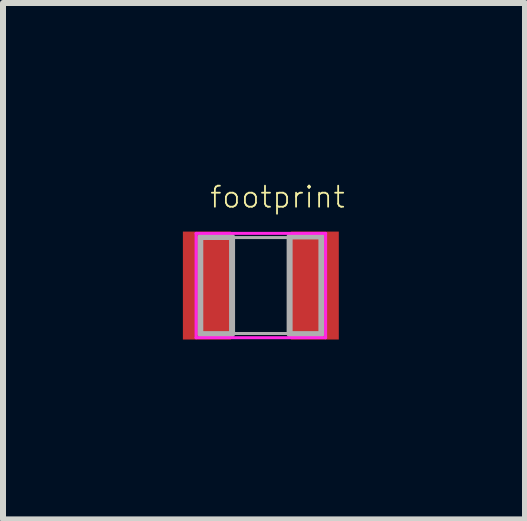
<source format=kicad_pcb>
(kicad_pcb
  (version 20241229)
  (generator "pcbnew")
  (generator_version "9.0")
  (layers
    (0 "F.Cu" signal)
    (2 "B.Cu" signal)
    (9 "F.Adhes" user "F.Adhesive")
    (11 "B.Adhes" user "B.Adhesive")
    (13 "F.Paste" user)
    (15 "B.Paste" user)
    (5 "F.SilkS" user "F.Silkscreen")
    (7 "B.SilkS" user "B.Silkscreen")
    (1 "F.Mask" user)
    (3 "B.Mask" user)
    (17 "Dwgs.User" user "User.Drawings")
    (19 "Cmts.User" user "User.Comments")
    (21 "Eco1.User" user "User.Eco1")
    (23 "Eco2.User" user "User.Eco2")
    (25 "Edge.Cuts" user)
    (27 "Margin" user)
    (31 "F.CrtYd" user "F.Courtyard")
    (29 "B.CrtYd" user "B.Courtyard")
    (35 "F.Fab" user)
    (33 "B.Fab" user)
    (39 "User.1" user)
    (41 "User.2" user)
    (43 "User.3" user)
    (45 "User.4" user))
  (footprint "footprint"
    (layer "F.Cu")
    (at 1.3 1.712)
    (property "Reference" "footprint" (at -0.87 -1.27 0) (layer "F.SilkS") (effects (font (size 0.351 0.351) (thickness 0.03)) (justify left bottom)))
    (fp_line (start -1.08 -0.87) (end -1.08 0.87) (stroke (width 0.05) (type solid)) (layer "F.CrtYd"))
    (fp_line (start -1.08 0.87) (end 1.08 0.87) (stroke (width 0.05) (type solid)) (layer "F.CrtYd"))
    (fp_line (start 1.08 -0.87) (end -1.08 -0.87) (stroke (width 0.05) (type solid)) (layer "F.CrtYd"))
    (fp_line (start 1.08 0.87) (end 1.08 -0.87) (stroke (width 0.05) (type solid)) (layer "F.CrtYd"))
    (fp_line (start -1 -0.8) (end -1 0.8) (stroke (width 0.05) (type solid)) (layer "F.Fab"))
    (fp_line (start -1 0.8) (end 1 0.8) (stroke (width 0.05) (type solid)) (layer "F.Fab"))
    (fp_line (start 1 -0.8) (end -1 -0.8) (stroke (width 0.05) (type solid)) (layer "F.Fab"))
    (fp_line (start 1 0.8) (end 1 -0.8) (stroke (width 0.05) (type solid)) (layer "F.Fab"))
    (fp_poly (pts (xy -1.01 0.81) (xy -0.48 0.81) (xy -0.48 -0.81) (xy -1.01 -0.81)) (stroke (width 0.1) (type solid)) (fill no) (layer "F.Fab"))
    (fp_poly (pts (xy 0.48 0.81) (xy 1.01 0.81) (xy 1.01 -0.82) (xy 0.48 -0.82)) (stroke (width 0.1) (type solid)) (fill no) (layer "F.Fab"))
    (pad "1" smd rect (at -0.9 0 90) (size 1.8 0.8) (layers "F.Cu" "F.Mask" "F.Paste"))
    (pad "2" smd rect (at 0.9 0 90) (size 1.8 0.8) (layers "F.Cu" "F.Mask" "F.Paste")))
  (gr_rect
    (start -3 -3)
    (end 5.705 5.612)
    (stroke (width 0.1) (type default))
    (fill no)
    (layer "Edge.Cuts")))
</source>
